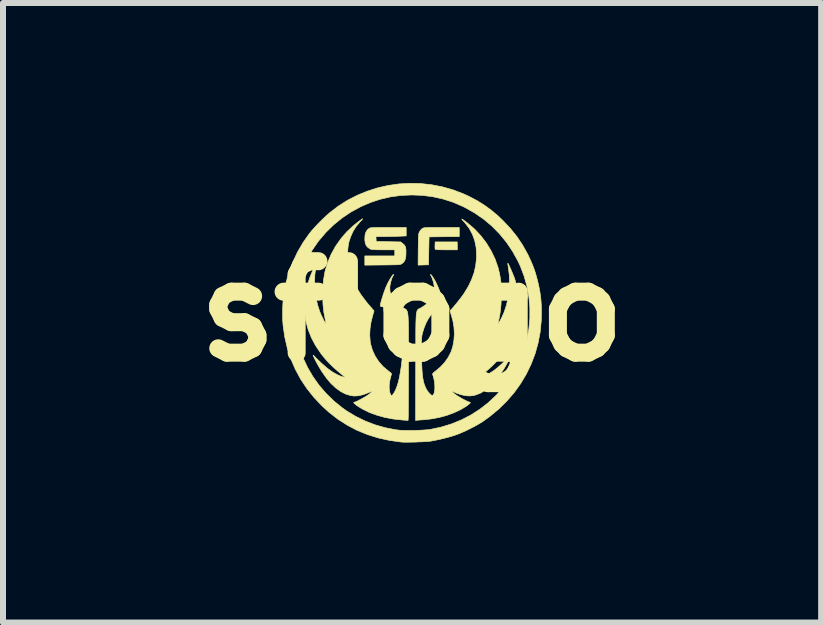
<source format=kicad_pcb>
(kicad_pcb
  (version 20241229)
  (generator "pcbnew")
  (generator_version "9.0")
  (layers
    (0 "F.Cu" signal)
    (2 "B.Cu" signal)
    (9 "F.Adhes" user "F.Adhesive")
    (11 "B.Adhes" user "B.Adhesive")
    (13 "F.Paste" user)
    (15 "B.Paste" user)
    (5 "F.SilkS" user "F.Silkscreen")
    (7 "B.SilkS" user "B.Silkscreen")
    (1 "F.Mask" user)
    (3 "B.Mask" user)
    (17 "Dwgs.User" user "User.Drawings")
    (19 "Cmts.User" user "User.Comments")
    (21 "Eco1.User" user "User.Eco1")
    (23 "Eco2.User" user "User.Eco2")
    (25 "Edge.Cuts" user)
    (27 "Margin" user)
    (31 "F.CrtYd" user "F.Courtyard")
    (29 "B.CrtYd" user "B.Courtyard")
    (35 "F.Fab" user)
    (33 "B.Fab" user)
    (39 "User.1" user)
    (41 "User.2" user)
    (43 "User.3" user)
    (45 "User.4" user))
  (footprint "sflogo"
    (layer "F.Cu")
    (at 3.817 2.138)
    (property "Reference" "sflogo" (at 0 0 0) (layer "F.SilkS") (effects (font (size 1.524 1.524) (thickness 0.3))))
    (attr through_hole)
    (fp_poly (pts (xy 0.754 -1.09) (xy 0.754 -1.024) (xy 0.571 -1.024) (xy 0.509 -1.025) (xy 0.461 -1.025) (xy 0.427 -1.027) (xy 0.404 -1.029) (xy 0.391 -1.031) (xy 0.385 -1.035) (xy 0.385 -1.036) (xy 0.383 -1.05) (xy 0.382 -1.075) (xy 0.383 -1.102) (xy 0.385 -1.156) (xy 0.753 -1.156) (xy 0.754 -1.09)) (stroke (width 0.01) (type solid)) (fill yes) (layer "F.SilkS"))
    (fp_poly (pts (xy 0.787 -1.245) (xy 0.536 -1.243) (xy 0.284 -1.24) (xy 0.279 -1.008) (xy 0.275 -0.775) (xy 0.188 -0.772) (xy 0.101 -0.77) (xy 0.103 -1.031) (xy 0.104 -1.104) (xy 0.105 -1.163) (xy 0.106 -1.209) (xy 0.107 -1.244) (xy 0.109 -1.27) (xy 0.111 -1.289) (xy 0.115 -1.303) (xy 0.119 -1.315) (xy 0.124 -1.325) (xy 0.141 -1.351) (xy 0.164 -1.374) (xy 0.169 -1.378) (xy 0.177 -1.383) (xy 0.185 -1.387) (xy 0.196 -1.39) (xy 0.21 -1.393) (xy 0.23 -1.394) (xy 0.258 -1.396) (xy 0.295 -1.396) (xy 0.344 -1.397) (xy 0.406 -1.397) (xy 0.482 -1.397) (xy 0.492 -1.397) (xy 0.787 -1.397) (xy 0.787 -1.245)) (stroke (width 0.01) (type solid)) (fill yes) (layer "F.SilkS"))
    (fp_poly (pts (xy -0.395 -1.397) (xy -0.097 -1.397) (xy -0.097 -1.326) (xy -0.097 -1.256) (xy -0.236 -1.25) (xy -0.295 -1.248) (xy -0.359 -1.246) (xy -0.422 -1.245) (xy -0.476 -1.245) (xy -0.489 -1.245) (xy -0.602 -1.245) (xy -0.599 -1.204) (xy -0.597 -1.164) (xy -0.393 -1.16) (xy -0.189 -1.156) (xy -0.158 -1.132) (xy -0.133 -1.11) (xy -0.116 -1.087) (xy -0.106 -1.058) (xy -0.101 -1.021) (xy -0.101 -0.971) (xy -0.101 -0.97) (xy -0.104 -0.914) (xy -0.112 -0.87) (xy -0.126 -0.837) (xy -0.148 -0.81) (xy -0.173 -0.791) (xy -0.181 -0.787) (xy -0.19 -0.783) (xy -0.203 -0.78) (xy -0.221 -0.778) (xy -0.247 -0.776) (xy -0.281 -0.775) (xy -0.326 -0.774) (xy -0.384 -0.773) (xy -0.456 -0.772) (xy -0.493 -0.772) (xy -0.787 -0.769) (xy -0.787 -0.923) (xy -0.288 -0.923) (xy -0.288 -1.024) (xy -0.479 -1.024) (xy -0.543 -1.025) (xy -0.593 -1.025) (xy -0.63 -1.027) (xy -0.657 -1.029) (xy -0.676 -1.031) (xy -0.69 -1.035) (xy -0.697 -1.038) (xy -0.735 -1.063) (xy -0.762 -1.093) (xy -0.779 -1.131) (xy -0.786 -1.18) (xy -0.787 -1.213) (xy -0.783 -1.274) (xy -0.768 -1.322) (xy -0.744 -1.358) (xy -0.721 -1.378) (xy -0.713 -1.383) (xy -0.704 -1.387) (xy -0.694 -1.39) (xy -0.679 -1.393) (xy -0.659 -1.394) (xy -0.631 -1.396) (xy -0.594 -1.396) (xy -0.546 -1.397) (xy -0.484 -1.397) (xy -0.408 -1.397) (xy -0.395 -1.397)) (stroke (width 0.01) (type solid)) (fill yes) (layer "F.SilkS"))
    (fp_poly (pts (xy 0.146 -2.129) (xy 0.327 -2.109) (xy 0.507 -2.074) (xy 0.683 -2.024) (xy 0.856 -1.958) (xy 0.952 -1.914) (xy 1.088 -1.842) (xy 1.212 -1.764) (xy 1.329 -1.678) (xy 1.443 -1.581) (xy 1.514 -1.513) (xy 1.637 -1.383) (xy 1.745 -1.249) (xy 1.84 -1.108) (xy 1.924 -0.958) (xy 1.935 -0.936) (xy 1.977 -0.846) (xy 2.012 -0.764) (xy 2.042 -0.683) (xy 2.068 -0.599) (xy 2.091 -0.513) (xy 2.115 -0.409) (xy 2.133 -0.312) (xy 2.146 -0.216) (xy 2.154 -0.114) (xy 2.157 -0.038) (xy 2.154 0.155) (xy 2.136 0.344) (xy 2.101 0.528) (xy 2.051 0.707) (xy 1.985 0.88) (xy 1.905 1.046) (xy 1.81 1.205) (xy 1.701 1.357) (xy 1.577 1.499) (xy 1.441 1.633) (xy 1.29 1.757) (xy 1.173 1.841) (xy 1.119 1.874) (xy 1.054 1.911) (xy 0.981 1.949) (xy 0.907 1.986) (xy 0.833 2.019) (xy 0.766 2.047) (xy 0.749 2.053) (xy 0.693 2.073) (xy 0.624 2.093) (xy 0.549 2.113) (xy 0.471 2.132) (xy 0.396 2.148) (xy 0.329 2.161) (xy 0.313 2.164) (xy 0.279 2.168) (xy 0.231 2.171) (xy 0.175 2.175) (xy 0.112 2.177) (xy 0.047 2.18) (xy -0.017 2.181) (xy -0.076 2.182) (xy -0.127 2.182) (xy -0.167 2.18) (xy -0.182 2.179) (xy -0.38 2.151) (xy -0.568 2.109) (xy -0.747 2.053) (xy -0.918 1.983) (xy -1.081 1.897) (xy -1.236 1.798) (xy -1.384 1.683) (xy -1.498 1.579) (xy -1.632 1.438) (xy -1.752 1.288) (xy -1.856 1.132) (xy -1.945 0.967) (xy -2.019 0.796) (xy -2.078 0.617) (xy -2.121 0.431) (xy -2.149 0.238) (xy -2.151 0.212) (xy -2.156 0.146) (xy -2.157 0.07) (xy -2.157 0.015) (xy -1.965 0.015) (xy -1.958 0.197) (xy -1.952 0.256) (xy -1.923 0.433) (xy -1.877 0.606) (xy -1.817 0.774) (xy -1.742 0.934) (xy -1.652 1.088) (xy -1.549 1.233) (xy -1.433 1.368) (xy -1.304 1.494) (xy -1.163 1.608) (xy -1.086 1.663) (xy -0.937 1.752) (xy -0.78 1.829) (xy -0.616 1.892) (xy -0.448 1.94) (xy -0.279 1.973) (xy -0.219 1.981) (xy -0.176 1.984) (xy -0.119 1.986) (xy -0.054 1.986) (xy 0.017 1.986) (xy 0.088 1.984) (xy 0.157 1.981) (xy 0.22 1.977) (xy 0.272 1.973) (xy 0.301 1.969) (xy 0.481 1.931) (xy 0.655 1.878) (xy 0.822 1.81) (xy 0.981 1.728) (xy 1.132 1.631) (xy 1.274 1.52) (xy 1.406 1.396) (xy 1.528 1.259) (xy 1.638 1.109) (xy 1.644 1.101) (xy 1.69 1.026) (xy 1.737 0.94) (xy 1.782 0.849) (xy 1.823 0.757) (xy 1.857 0.67) (xy 1.866 0.643) (xy 1.915 0.469) (xy 1.947 0.293) (xy 1.963 0.115) (xy 1.963 -0.063) (xy 1.947 -0.24) (xy 1.916 -0.414) (xy 1.868 -0.585) (xy 1.805 -0.752) (xy 1.765 -0.837) (xy 1.675 -1) (xy 1.573 -1.151) (xy 1.458 -1.291) (xy 1.331 -1.42) (xy 1.193 -1.536) (xy 1.043 -1.639) (xy 0.882 -1.73) (xy 0.854 -1.744) (xy 0.689 -1.816) (xy 0.521 -1.87) (xy 0.348 -1.909) (xy 0.171 -1.932) (xy 0 -1.939) (xy -0.183 -1.931) (xy -0.36 -1.907) (xy -0.532 -1.867) (xy -0.7 -1.811) (xy -0.854 -1.744) (xy -1.016 -1.656) (xy -1.167 -1.555) (xy -1.307 -1.441) (xy -1.436 -1.315) (xy -1.553 -1.177) (xy -1.566 -1.161) (xy -1.67 -1.009) (xy -1.759 -0.851) (xy -1.832 -0.686) (xy -1.889 -0.516) (xy -1.931 -0.343) (xy -1.956 -0.165) (xy -1.965 0.015) (xy -2.157 0.015) (xy -2.157 -0.013) (xy -2.154 -0.097) (xy -2.149 -0.177) (xy -2.143 -0.249) (xy -2.138 -0.288) (xy -2.103 -0.47) (xy -2.052 -0.649) (xy -1.986 -0.823) (xy -1.907 -0.99) (xy -1.815 -1.148) (xy -1.711 -1.295) (xy -1.668 -1.348) (xy -1.615 -1.407) (xy -1.556 -1.469) (xy -1.495 -1.531) (xy -1.434 -1.588) (xy -1.379 -1.637) (xy -1.376 -1.64) (xy -1.23 -1.752) (xy -1.076 -1.85) (xy -0.914 -1.933) (xy -0.746 -2.002) (xy -0.574 -2.057) (xy -0.397 -2.097) (xy -0.217 -2.123) (xy -0.036 -2.133) (xy 0.146 -2.129)) (stroke (width 0.01) (type solid)) (fill yes) (layer "F.SilkS"))
    (fp_poly (pts (xy -0.823 -1.541) (xy -0.83 -1.53) (xy -0.848 -1.511) (xy -0.868 -1.489) (xy -0.931 -1.414) (xy -0.982 -1.334) (xy -1.022 -1.245) (xy -1.052 -1.156) (xy -1.062 -1.107) (xy -1.069 -1.047) (xy -1.073 -0.979) (xy -1.074 -0.909) (xy -1.071 -0.842) (xy -1.066 -0.782) (xy -1.064 -0.77) (xy -1.035 -0.648) (xy -0.991 -0.525) (xy -0.93 -0.402) (xy -0.852 -0.278) (xy -0.758 -0.153) (xy -0.717 -0.104) (xy -0.633 -0.007) (xy -0.655 0.067) (xy -0.683 0.178) (xy -0.7 0.29) (xy -0.705 0.398) (xy -0.698 0.498) (xy -0.69 0.546) (xy -0.66 0.649) (xy -0.614 0.747) (xy -0.555 0.838) (xy -0.482 0.921) (xy -0.397 0.992) (xy -0.391 0.997) (xy -0.362 1.019) (xy -0.346 1.035) (xy -0.342 1.047) (xy -0.343 1.049) (xy -0.347 1.063) (xy -0.354 1.089) (xy -0.362 1.122) (xy -0.365 1.13) (xy -0.376 1.19) (xy -0.381 1.248) (xy -0.379 1.302) (xy -0.372 1.348) (xy -0.36 1.383) (xy -0.35 1.397) (xy -0.34 1.404) (xy -0.331 1.4) (xy -0.321 1.389) (xy -0.29 1.342) (xy -0.263 1.284) (xy -0.238 1.212) (xy -0.216 1.127) (xy -0.197 1.027) (xy -0.179 0.912) (xy -0.164 0.783) (xy -0.155 0.64) (xy -0.157 0.509) (xy -0.172 0.389) (xy -0.198 0.28) (xy -0.237 0.183) (xy -0.288 0.095) (xy -0.343 0.027) (xy -0.37 0.001) (xy -0.403 -0.025) (xy -0.437 -0.048) (xy -0.469 -0.066) (xy -0.493 -0.075) (xy -0.501 -0.076) (xy -0.517 -0.078) (xy -0.526 -0.085) (xy -0.528 -0.1) (xy -0.525 -0.125) (xy -0.515 -0.163) (xy -0.513 -0.173) (xy -0.478 -0.287) (xy -0.441 -0.389) (xy -0.404 -0.47) (xy -0.385 -0.506) (xy -0.364 -0.541) (xy -0.344 -0.573) (xy -0.327 -0.597) (xy -0.314 -0.612) (xy -0.307 -0.614) (xy -0.308 -0.605) (xy -0.312 -0.599) (xy -0.325 -0.577) (xy -0.338 -0.544) (xy -0.351 -0.503) (xy -0.361 -0.461) (xy -0.368 -0.423) (xy -0.37 -0.412) (xy -0.368 -0.338) (xy -0.35 -0.269) (xy -0.316 -0.205) (xy -0.266 -0.145) (xy -0.2 -0.091) (xy -0.162 -0.066) (xy -0.146 -0.057) (xy -0.132 -0.05) (xy -0.119 -0.043) (xy -0.108 -0.036) (xy -0.098 -0.028) (xy -0.09 -0.018) (xy -0.083 -0.005) (xy -0.077 0.013) (xy -0.072 0.035) (xy -0.068 0.064) (xy -0.065 0.099) (xy -0.063 0.142) (xy -0.061 0.195) (xy -0.06 0.257) (xy -0.059 0.331) (xy -0.059 0.416) (xy -0.059 0.514) (xy -0.059 0.625) (xy -0.059 0.752) (xy -0.059 0.894) (xy -0.059 0.925) (xy -0.059 1.047) (xy -0.06 1.163) (xy -0.06 1.274) (xy -0.06 1.377) (xy -0.061 1.473) (xy -0.061 1.559) (xy -0.062 1.635) (xy -0.062 1.699) (xy -0.063 1.751) (xy -0.064 1.789) (xy -0.065 1.812) (xy -0.066 1.819) (xy -0.076 1.818) (xy -0.1 1.816) (xy -0.133 1.814) (xy -0.168 1.811) (xy -0.315 1.795) (xy -0.457 1.768) (xy -0.591 1.73) (xy -0.716 1.684) (xy -0.828 1.628) (xy -0.91 1.578) (xy -0.945 1.551) (xy -0.966 1.532) (xy -0.973 1.52) (xy -0.965 1.516) (xy -0.963 1.516) (xy -0.947 1.511) (xy -0.92 1.5) (xy -0.886 1.483) (xy -0.847 1.462) (xy -0.807 1.44) (xy -0.768 1.417) (xy -0.736 1.396) (xy -0.713 1.379) (xy -0.688 1.359) (xy -0.671 1.343) (xy -0.662 1.334) (xy -0.662 1.333) (xy -0.671 1.335) (xy -0.691 1.342) (xy -0.72 1.353) (xy -0.734 1.359) (xy -0.818 1.391) (xy -0.895 1.408) (xy -0.966 1.412) (xy -1.026 1.404) (xy -1.11 1.378) (xy -1.192 1.335) (xy -1.273 1.276) (xy -1.353 1.201) (xy -1.43 1.109) (xy -1.504 1.003) (xy -1.53 0.961) (xy -1.555 0.919) (xy -1.579 0.876) (xy -1.602 0.834) (xy -1.621 0.796) (xy -1.636 0.764) (xy -1.646 0.742) (xy -1.649 0.732) (xy -1.648 0.731) (xy -1.641 0.735) (xy -1.627 0.748) (xy -1.62 0.756) (xy -1.592 0.786) (xy -1.554 0.822) (xy -1.511 0.863) (xy -1.465 0.903) (xy -1.421 0.941) (xy -1.382 0.972) (xy -1.376 0.976) (xy -1.332 1.007) (xy -1.283 1.036) (xy -1.235 1.061) (xy -1.19 1.081) (xy -1.153 1.093) (xy -1.143 1.095) (xy -1.113 1.1) (xy -1.142 1.077) (xy -1.227 1.007) (xy -1.3 0.943) (xy -1.363 0.883) (xy -1.42 0.824) (xy -1.472 0.763) (xy -1.52 0.702) (xy -1.607 0.573) (xy -1.677 0.441) (xy -1.731 0.306) (xy -1.768 0.168) (xy -1.789 0.027) (xy -1.792 -0.116) (xy -1.779 -0.262) (xy -1.75 -0.411) (xy -1.714 -0.532) (xy -1.703 -0.564) (xy -1.688 -0.602) (xy -1.671 -0.643) (xy -1.653 -0.685) (xy -1.636 -0.724) (xy -1.62 -0.758) (xy -1.607 -0.784) (xy -1.598 -0.799) (xy -1.595 -0.802) (xy -1.595 -0.793) (xy -1.598 -0.772) (xy -1.603 -0.741) (xy -1.605 -0.729) (xy -1.62 -0.606) (xy -1.624 -0.477) (xy -1.617 -0.347) (xy -1.6 -0.219) (xy -1.572 -0.098) (xy -1.536 0.01) (xy -1.522 0.044) (xy -1.505 0.08) (xy -1.487 0.117) (xy -1.47 0.152) (xy -1.454 0.18) (xy -1.442 0.2) (xy -1.434 0.209) (xy -1.433 0.209) (xy -1.434 0.2) (xy -1.438 0.178) (xy -1.444 0.148) (xy -1.447 0.135) (xy -1.47 0.015) (xy -1.484 -0.114) (xy -1.49 -0.247) (xy -1.488 -0.381) (xy -1.477 -0.51) (xy -1.457 -0.631) (xy -1.449 -0.67) (xy -1.406 -0.813) (xy -1.348 -0.951) (xy -1.275 -1.083) (xy -1.188 -1.207) (xy -1.089 -1.323) (xy -0.978 -1.427) (xy -0.91 -1.481) (xy -0.87 -1.511) (xy -0.842 -1.531) (xy -0.827 -1.541) (xy -0.823 -1.541)) (stroke (width 0.01) (type solid)) (fill yes) (layer "F.SilkS"))
    (fp_poly (pts (xy 0.839 -1.534) (xy 0.861 -1.519) (xy 0.895 -1.494) (xy 0.931 -1.466) (xy 1.046 -1.367) (xy 1.149 -1.256) (xy 1.241 -1.135) (xy 1.319 -1.006) (xy 1.384 -0.871) (xy 1.433 -0.73) (xy 1.456 -0.639) (xy 1.469 -0.57) (xy 1.479 -0.504) (xy 1.485 -0.438) (xy 1.489 -0.368) (xy 1.489 -0.288) (xy 1.487 -0.222) (xy 1.483 -0.114) (xy 1.474 -0.019) (xy 1.462 0.065) (xy 1.446 0.143) (xy 1.44 0.168) (xy 1.434 0.191) (xy 1.432 0.206) (xy 1.433 0.208) (xy 1.439 0.204) (xy 1.45 0.186) (xy 1.465 0.16) (xy 1.483 0.127) (xy 1.501 0.09) (xy 1.518 0.052) (xy 1.534 0.017) (xy 1.536 0.01) (xy 1.573 -0.101) (xy 1.6 -0.222) (xy 1.617 -0.35) (xy 1.624 -0.48) (xy 1.62 -0.609) (xy 1.605 -0.729) (xy 1.6 -0.761) (xy 1.596 -0.786) (xy 1.595 -0.8) (xy 1.595 -0.802) (xy 1.6 -0.797) (xy 1.61 -0.778) (xy 1.624 -0.75) (xy 1.64 -0.714) (xy 1.658 -0.674) (xy 1.675 -0.632) (xy 1.692 -0.592) (xy 1.706 -0.555) (xy 1.714 -0.532) (xy 1.757 -0.38) (xy 1.783 -0.231) (xy 1.792 -0.085) (xy 1.785 0.058) (xy 1.761 0.199) (xy 1.72 0.336) (xy 1.663 0.471) (xy 1.589 0.602) (xy 1.499 0.73) (xy 1.392 0.854) (xy 1.387 0.859) (xy 1.346 0.901) (xy 1.299 0.945) (xy 1.244 0.993) (xy 1.179 1.047) (xy 1.142 1.077) (xy 1.113 1.1) (xy 1.143 1.095) (xy 1.173 1.087) (xy 1.213 1.071) (xy 1.257 1.051) (xy 1.301 1.027) (xy 1.341 1.002) (xy 1.344 1.001) (xy 1.387 0.969) (xy 1.432 0.933) (xy 1.481 0.89) (xy 1.535 0.839) (xy 1.568 0.807) (xy 1.598 0.778) (xy 1.623 0.754) (xy 1.641 0.738) (xy 1.65 0.731) (xy 1.651 0.731) (xy 1.647 0.743) (xy 1.636 0.767) (xy 1.62 0.799) (xy 1.6 0.837) (xy 1.578 0.878) (xy 1.555 0.919) (xy 1.533 0.957) (xy 1.53 0.961) (xy 1.455 1.076) (xy 1.377 1.174) (xy 1.298 1.255) (xy 1.216 1.32) (xy 1.132 1.368) (xy 1.046 1.399) (xy 1.021 1.405) (xy 0.959 1.411) (xy 0.889 1.406) (xy 0.816 1.39) (xy 0.743 1.365) (xy 0.708 1.349) (xy 0.685 1.338) (xy 0.668 1.332) (xy 0.663 1.332) (xy 0.667 1.339) (xy 0.682 1.353) (xy 0.705 1.373) (xy 0.713 1.379) (xy 0.737 1.397) (xy 0.771 1.418) (xy 0.809 1.441) (xy 0.849 1.464) (xy 0.888 1.484) (xy 0.923 1.501) (xy 0.949 1.512) (xy 0.963 1.516) (xy 0.973 1.519) (xy 0.967 1.531) (xy 0.947 1.549) (xy 0.913 1.575) (xy 0.91 1.578) (xy 0.814 1.636) (xy 0.705 1.688) (xy 0.587 1.732) (xy 0.462 1.767) (xy 0.333 1.792) (xy 0.204 1.807) (xy 0.188 1.808) (xy 0.15 1.81) (xy 0.115 1.813) (xy 0.09 1.815) (xy 0.082 1.816) (xy 0.059 1.82) (xy 0.061 0.915) (xy 0.062 0.77) (xy 0.062 0.641) (xy 0.062 0.526) (xy 0.062 0.426) (xy 0.062 0.339) (xy 0.063 0.264) (xy 0.064 0.2) (xy 0.066 0.146) (xy 0.068 0.101) (xy 0.07 0.065) (xy 0.073 0.036) (xy 0.078 0.013) (xy 0.083 -0.005) (xy 0.089 -0.018) (xy 0.096 -0.027) (xy 0.104 -0.035) (xy 0.114 -0.041) (xy 0.125 -0.046) (xy 0.138 -0.052) (xy 0.152 -0.059) (xy 0.156 -0.061) (xy 0.23 -0.112) (xy 0.289 -0.169) (xy 0.332 -0.23) (xy 0.359 -0.297) (xy 0.37 -0.368) (xy 0.37 -0.412) (xy 0.364 -0.448) (xy 0.355 -0.49) (xy 0.342 -0.531) (xy 0.329 -0.567) (xy 0.316 -0.593) (xy 0.312 -0.599) (xy 0.306 -0.61) (xy 0.307 -0.614) (xy 0.314 -0.611) (xy 0.328 -0.596) (xy 0.346 -0.571) (xy 0.366 -0.54) (xy 0.386 -0.504) (xy 0.404 -0.47) (xy 0.444 -0.381) (xy 0.481 -0.278) (xy 0.513 -0.173) (xy 0.523 -0.132) (xy 0.528 -0.104) (xy 0.527 -0.088) (xy 0.519 -0.079) (xy 0.505 -0.076) (xy 0.501 -0.076) (xy 0.488 -0.072) (xy 0.465 -0.063) (xy 0.439 -0.049) (xy 0.383 -0.011) (xy 0.331 0.042) (xy 0.282 0.108) (xy 0.239 0.184) (xy 0.203 0.27) (xy 0.18 0.343) (xy 0.173 0.367) (xy 0.168 0.388) (xy 0.164 0.408) (xy 0.162 0.429) (xy 0.16 0.455) (xy 0.159 0.486) (xy 0.158 0.526) (xy 0.158 0.577) (xy 0.158 0.641) (xy 0.159 0.694) (xy 0.16 0.802) (xy 0.162 0.895) (xy 0.166 0.975) (xy 0.171 1.043) (xy 0.178 1.102) (xy 0.187 1.153) (xy 0.198 1.198) (xy 0.212 1.239) (xy 0.229 1.278) (xy 0.237 1.294) (xy 0.254 1.323) (xy 0.276 1.352) (xy 0.299 1.377) (xy 0.32 1.395) (xy 0.337 1.403) (xy 0.341 1.403) (xy 0.356 1.39) (xy 0.368 1.363) (xy 0.376 1.326) (xy 0.38 1.281) (xy 0.379 1.232) (xy 0.375 1.181) (xy 0.365 1.131) (xy 0.365 1.129) (xy 0.356 1.095) (xy 0.348 1.068) (xy 0.343 1.05) (xy 0.342 1.047) (xy 0.347 1.035) (xy 0.366 1.016) (xy 0.391 0.997) (xy 0.47 0.931) (xy 0.541 0.855) (xy 0.601 0.771) (xy 0.647 0.683) (xy 0.651 0.675) (xy 0.68 0.583) (xy 0.698 0.482) (xy 0.705 0.376) (xy 0.699 0.267) (xy 0.681 0.159) (xy 0.652 0.055) (xy 0.649 0.046) (xy 0.64 0.018) (xy 0.635 -0.003) (xy 0.636 -0.013) (xy 0.636 -0.013) (xy 0.648 -0.024) (xy 0.668 -0.046) (xy 0.694 -0.076) (xy 0.725 -0.113) (xy 0.757 -0.152) (xy 0.789 -0.193) (xy 0.82 -0.233) (xy 0.846 -0.268) (xy 0.865 -0.295) (xy 0.937 -0.413) (xy 0.993 -0.53) (xy 1.035 -0.646) (xy 1.061 -0.764) (xy 1.074 -0.886) (xy 1.075 -0.942) (xy 1.068 -1.063) (xy 1.045 -1.176) (xy 1.007 -1.281) (xy 0.955 -1.379) (xy 0.887 -1.468) (xy 0.869 -1.489) (xy 0.845 -1.515) (xy 0.832 -1.532) (xy 0.829 -1.538) (xy 0.839 -1.534)) (stroke (width 0.01) (type solid)) (fill yes) (layer "F.SilkS")))
  (gr_rect
    (start -3 -3)
    (end 10.635 7.325)
    (stroke (width 0.1) (type default))
    (fill no)
    (layer "Edge.Cuts")))
</source>
